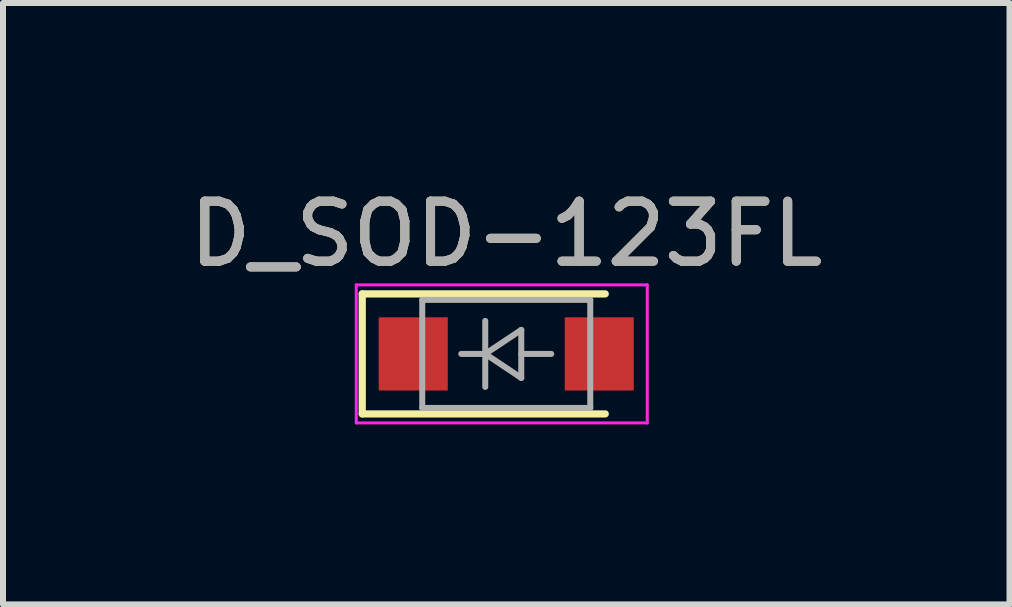
<source format=kicad_pcb>
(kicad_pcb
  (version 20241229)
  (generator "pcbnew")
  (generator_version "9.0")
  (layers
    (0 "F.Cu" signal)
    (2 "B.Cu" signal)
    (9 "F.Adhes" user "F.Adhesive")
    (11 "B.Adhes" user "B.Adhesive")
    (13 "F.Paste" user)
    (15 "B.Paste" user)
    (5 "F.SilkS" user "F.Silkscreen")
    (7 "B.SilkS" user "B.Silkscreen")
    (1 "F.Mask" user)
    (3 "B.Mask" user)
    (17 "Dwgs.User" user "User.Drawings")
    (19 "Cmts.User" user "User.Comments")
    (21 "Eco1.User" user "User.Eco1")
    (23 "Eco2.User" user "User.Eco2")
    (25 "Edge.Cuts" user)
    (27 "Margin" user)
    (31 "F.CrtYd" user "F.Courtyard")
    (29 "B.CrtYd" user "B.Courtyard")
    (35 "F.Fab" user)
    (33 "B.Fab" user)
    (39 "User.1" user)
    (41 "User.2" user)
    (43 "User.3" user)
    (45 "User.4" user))
  (footprint "D_SOD-123FL"
    (layer "F.Cu")
    (at 5.387 2.848)
    (property "Reference" "D_SOD-123FL" (at 0 -2 0) (layer "F.SilkS") (effects (font (size 1 1) (thickness 0.15))))
    (attr smd)
    (fp_line (start -2.4 -1) (end -2.4 1) (stroke (width 0.12) (type solid)) (layer "F.SilkS"))
    (fp_line (start -2.4 -1) (end 1.65 -1) (stroke (width 0.12) (type solid)) (layer "F.SilkS"))
    (fp_line (start -2.4 1) (end 1.65 1) (stroke (width 0.12) (type solid)) (layer "F.SilkS"))
    (fp_line (start -2.5 -1.15) (end -2.5 1.15) (stroke (width 0.05) (type solid)) (layer "F.CrtYd"))
    (fp_line (start -2.5 -1.15) (end 2.35 -1.15) (stroke (width 0.05) (type solid)) (layer "F.CrtYd"))
    (fp_line (start 2.35 -1.15) (end 2.35 1.15) (stroke (width 0.05) (type solid)) (layer "F.CrtYd"))
    (fp_line (start 2.35 1.15) (end -2.5 1.15) (stroke (width 0.05) (type solid)) (layer "F.CrtYd"))
    (fp_line (start -1.4 -0.9) (end 1.4 -0.9) (stroke (width 0.1) (type solid)) (layer "F.Fab"))
    (fp_line (start -1.4 0.9) (end -1.4 -0.9) (stroke (width 0.1) (type solid)) (layer "F.Fab"))
    (fp_line (start -0.75 0) (end -0.35 0) (stroke (width 0.1) (type solid)) (layer "F.Fab"))
    (fp_line (start -0.35 0) (end -0.35 -0.55) (stroke (width 0.1) (type solid)) (layer "F.Fab"))
    (fp_line (start -0.35 0) (end -0.35 0.55) (stroke (width 0.1) (type solid)) (layer "F.Fab"))
    (fp_line (start -0.35 0) (end 0.25 -0.4) (stroke (width 0.1) (type solid)) (layer "F.Fab"))
    (fp_line (start 0.25 -0.4) (end 0.25 0.4) (stroke (width 0.1) (type solid)) (layer "F.Fab"))
    (fp_line (start 0.25 0) (end 0.75 0) (stroke (width 0.1) (type solid)) (layer "F.Fab"))
    (fp_line (start 0.25 0.4) (end -0.35 0) (stroke (width 0.1) (type solid)) (layer "F.Fab"))
    (fp_line (start 1.4 -0.9) (end 1.4 0.9) (stroke (width 0.1) (type solid)) (layer "F.Fab"))
    (fp_line (start 1.4 0.9) (end -1.4 0.9) (stroke (width 0.1) (type solid)) (layer "F.Fab"))
    (fp_text user "${REFERENCE}" (at 0 -2 0) (layer "F.Fab") (effects (font (size 1 1) (thickness 0.15))))
    (pad "1" smd rect (at -1.55 0) (size 1.15 1.22) (layers "F.Cu" "F.Mask" "F.Paste"))
    (pad "2" smd rect (at 1.55 0) (size 1.15 1.22) (layers "F.Cu" "F.Mask" "F.Paste")))
  (gr_rect
    (start -3 -3)
    (end 13.774 7.023)
    (stroke (width 0.1) (type default))
    (fill no)
    (layer "Edge.Cuts")))
</source>
